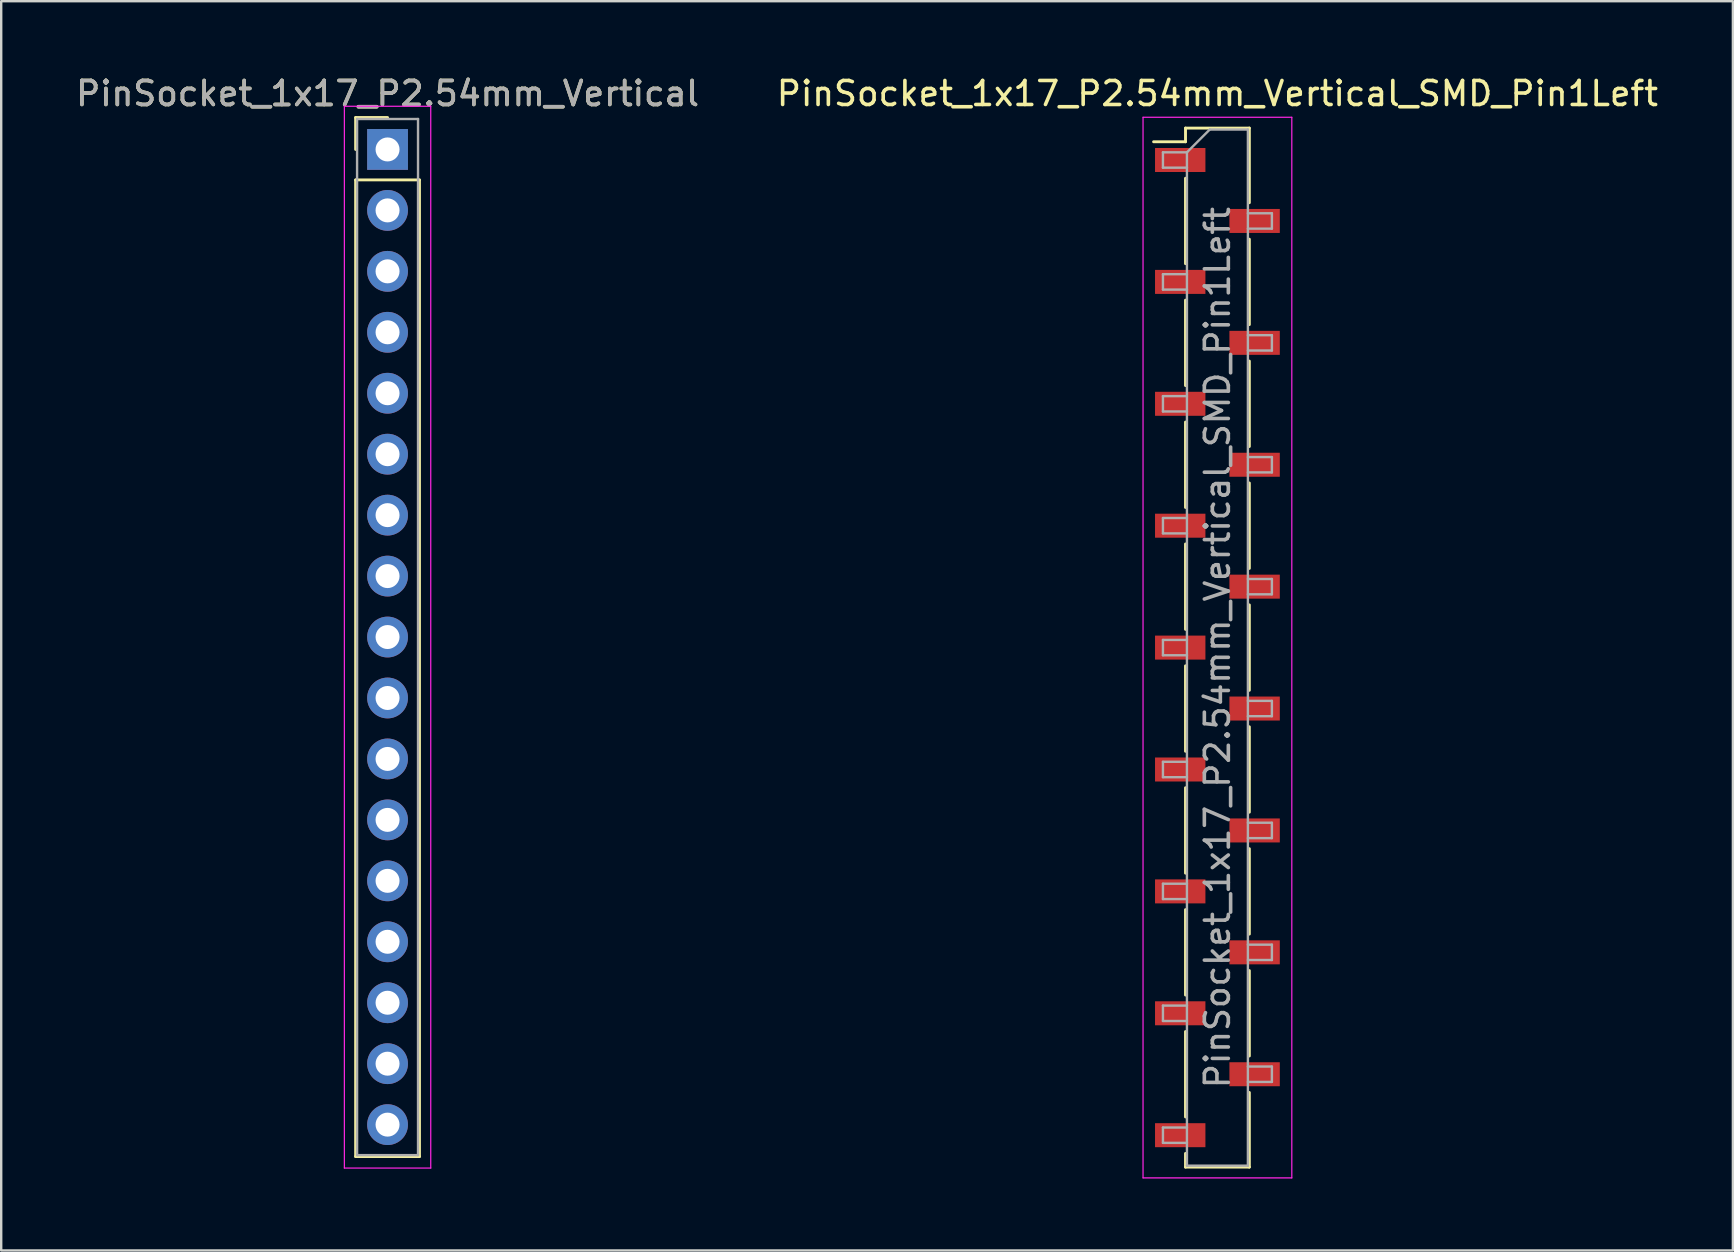
<source format=kicad_pcb>
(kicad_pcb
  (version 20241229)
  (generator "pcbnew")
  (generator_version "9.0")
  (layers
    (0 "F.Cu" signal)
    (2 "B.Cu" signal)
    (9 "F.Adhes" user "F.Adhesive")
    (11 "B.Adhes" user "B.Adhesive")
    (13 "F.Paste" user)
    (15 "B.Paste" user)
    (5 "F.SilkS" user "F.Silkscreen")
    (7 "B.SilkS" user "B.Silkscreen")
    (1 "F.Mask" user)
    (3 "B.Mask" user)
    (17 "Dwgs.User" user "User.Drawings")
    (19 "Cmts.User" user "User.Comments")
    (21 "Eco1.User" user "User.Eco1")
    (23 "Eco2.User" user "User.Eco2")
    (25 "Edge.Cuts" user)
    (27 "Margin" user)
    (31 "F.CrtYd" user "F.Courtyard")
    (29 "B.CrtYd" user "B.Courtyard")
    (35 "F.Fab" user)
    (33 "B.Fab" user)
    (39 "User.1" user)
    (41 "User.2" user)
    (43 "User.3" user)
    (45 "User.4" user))
  (footprint "PinSocket_1x17_P2.54mm_Vertical_SMD_Pin1Left"
    (layer "F.Cu")
    (at 47.685 23.938)
    (property "Reference" "PinSocket_1x17_P2.54mm_Vertical_SMD_Pin1Left" (at 0 -23.09 0) (layer "F.SilkS") (effects (font (size 1 1) (thickness 0.15))))
    (attr smd)
    (fp_line (start -2.66 -21.08) (end -1.33 -21.08) (stroke (width 0.12) (type solid)) (layer "F.SilkS"))
    (fp_line (start -1.33 -21.65) (end 1.33 -21.65) (stroke (width 0.12) (type solid)) (layer "F.SilkS"))
    (fp_line (start -1.33 -21.08) (end -1.33 -21.65) (stroke (width 0.12) (type solid)) (layer "F.SilkS"))
    (fp_line (start -1.33 -19.56) (end -1.33 -16) (stroke (width 0.12) (type solid)) (layer "F.SilkS"))
    (fp_line (start -1.33 -14.48) (end -1.33 -10.92) (stroke (width 0.12) (type solid)) (layer "F.SilkS"))
    (fp_line (start -1.33 -9.4) (end -1.33 -5.84) (stroke (width 0.12) (type solid)) (layer "F.SilkS"))
    (fp_line (start -1.33 -4.32) (end -1.33 -0.76) (stroke (width 0.12) (type solid)) (layer "F.SilkS"))
    (fp_line (start -1.33 0.76) (end -1.33 4.32) (stroke (width 0.12) (type solid)) (layer "F.SilkS"))
    (fp_line (start -1.33 5.84) (end -1.33 9.4) (stroke (width 0.12) (type solid)) (layer "F.SilkS"))
    (fp_line (start -1.33 10.92) (end -1.33 14.48) (stroke (width 0.12) (type solid)) (layer "F.SilkS"))
    (fp_line (start -1.33 16) (end -1.33 19.56) (stroke (width 0.12) (type solid)) (layer "F.SilkS"))
    (fp_line (start -1.33 21.65) (end -1.33 21.08) (stroke (width 0.12) (type solid)) (layer "F.SilkS"))
    (fp_line (start 1.33 -21.65) (end 1.33 -18.54) (stroke (width 0.12) (type solid)) (layer "F.SilkS"))
    (fp_line (start 1.33 -17.02) (end 1.33 -13.46) (stroke (width 0.12) (type solid)) (layer "F.SilkS"))
    (fp_line (start 1.33 -11.94) (end 1.33 -8.38) (stroke (width 0.12) (type solid)) (layer "F.SilkS"))
    (fp_line (start 1.33 -6.86) (end 1.33 -3.3) (stroke (width 0.12) (type solid)) (layer "F.SilkS"))
    (fp_line (start 1.33 -1.78) (end 1.33 1.78) (stroke (width 0.12) (type solid)) (layer "F.SilkS"))
    (fp_line (start 1.33 3.3) (end 1.33 6.86) (stroke (width 0.12) (type solid)) (layer "F.SilkS"))
    (fp_line (start 1.33 8.38) (end 1.33 11.94) (stroke (width 0.12) (type solid)) (layer "F.SilkS"))
    (fp_line (start 1.33 13.46) (end 1.33 17.02) (stroke (width 0.12) (type solid)) (layer "F.SilkS"))
    (fp_line (start 1.33 18.54) (end 1.33 21.65) (stroke (width 0.12) (type solid)) (layer "F.SilkS"))
    (fp_line (start 1.33 21.65) (end -1.33 21.65) (stroke (width 0.12) (type solid)) (layer "F.SilkS"))
    (fp_line (start -3.1 -22.1) (end 3.1 -22.1) (stroke (width 0.05) (type solid)) (layer "F.CrtYd"))
    (fp_line (start -3.1 22.1) (end -3.1 -22.1) (stroke (width 0.05) (type solid)) (layer "F.CrtYd"))
    (fp_line (start 3.1 -22.1) (end 3.1 22.1) (stroke (width 0.05) (type solid)) (layer "F.CrtYd"))
    (fp_line (start 3.1 22.1) (end -3.1 22.1) (stroke (width 0.05) (type solid)) (layer "F.CrtYd"))
    (fp_line (start -2.27 -20.64) (end -1.27 -20.64) (stroke (width 0.1) (type solid)) (layer "F.Fab"))
    (fp_line (start -2.27 -20) (end -2.27 -20.64) (stroke (width 0.1) (type solid)) (layer "F.Fab"))
    (fp_line (start -2.27 -15.56) (end -1.27 -15.56) (stroke (width 0.1) (type solid)) (layer "F.Fab"))
    (fp_line (start -2.27 -14.92) (end -2.27 -15.56) (stroke (width 0.1) (type solid)) (layer "F.Fab"))
    (fp_line (start -2.27 -10.48) (end -1.27 -10.48) (stroke (width 0.1) (type solid)) (layer "F.Fab"))
    (fp_line (start -2.27 -9.84) (end -2.27 -10.48) (stroke (width 0.1) (type solid)) (layer "F.Fab"))
    (fp_line (start -2.27 -5.4) (end -1.27 -5.4) (stroke (width 0.1) (type solid)) (layer "F.Fab"))
    (fp_line (start -2.27 -4.76) (end -2.27 -5.4) (stroke (width 0.1) (type solid)) (layer "F.Fab"))
    (fp_line (start -2.27 -0.32) (end -1.27 -0.32) (stroke (width 0.1) (type solid)) (layer "F.Fab"))
    (fp_line (start -2.27 0.32) (end -2.27 -0.32) (stroke (width 0.1) (type solid)) (layer "F.Fab"))
    (fp_line (start -2.27 4.76) (end -1.27 4.76) (stroke (width 0.1) (type solid)) (layer "F.Fab"))
    (fp_line (start -2.27 5.4) (end -2.27 4.76) (stroke (width 0.1) (type solid)) (layer "F.Fab"))
    (fp_line (start -2.27 9.84) (end -1.27 9.84) (stroke (width 0.1) (type solid)) (layer "F.Fab"))
    (fp_line (start -2.27 10.48) (end -2.27 9.84) (stroke (width 0.1) (type solid)) (layer "F.Fab"))
    (fp_line (start -2.27 14.92) (end -1.27 14.92) (stroke (width 0.1) (type solid)) (layer "F.Fab"))
    (fp_line (start -2.27 15.56) (end -2.27 14.92) (stroke (width 0.1) (type solid)) (layer "F.Fab"))
    (fp_line (start -2.27 20) (end -1.27 20) (stroke (width 0.1) (type solid)) (layer "F.Fab"))
    (fp_line (start -2.27 20.64) (end -2.27 20) (stroke (width 0.1) (type solid)) (layer "F.Fab"))
    (fp_line (start -1.27 -20.64) (end -0.32 -21.59) (stroke (width 0.1) (type solid)) (layer "F.Fab"))
    (fp_line (start -1.27 -20) (end -2.27 -20) (stroke (width 0.1) (type solid)) (layer "F.Fab"))
    (fp_line (start -1.27 -14.92) (end -2.27 -14.92) (stroke (width 0.1) (type solid)) (layer "F.Fab"))
    (fp_line (start -1.27 -9.84) (end -2.27 -9.84) (stroke (width 0.1) (type solid)) (layer "F.Fab"))
    (fp_line (start -1.27 -4.76) (end -2.27 -4.76) (stroke (width 0.1) (type solid)) (layer "F.Fab"))
    (fp_line (start -1.27 0.32) (end -2.27 0.32) (stroke (width 0.1) (type solid)) (layer "F.Fab"))
    (fp_line (start -1.27 5.4) (end -2.27 5.4) (stroke (width 0.1) (type solid)) (layer "F.Fab"))
    (fp_line (start -1.27 10.48) (end -2.27 10.48) (stroke (width 0.1) (type solid)) (layer "F.Fab"))
    (fp_line (start -1.27 15.56) (end -2.27 15.56) (stroke (width 0.1) (type solid)) (layer "F.Fab"))
    (fp_line (start -1.27 20.64) (end -2.27 20.64) (stroke (width 0.1) (type solid)) (layer "F.Fab"))
    (fp_line (start -1.27 21.59) (end -1.27 -20.64) (stroke (width 0.1) (type solid)) (layer "F.Fab"))
    (fp_line (start -0.32 -21.59) (end 1.27 -21.59) (stroke (width 0.1) (type solid)) (layer "F.Fab"))
    (fp_line (start 1.27 -21.59) (end 1.27 21.59) (stroke (width 0.1) (type solid)) (layer "F.Fab"))
    (fp_line (start 1.27 -18.1) (end 2.27 -18.1) (stroke (width 0.1) (type solid)) (layer "F.Fab"))
    (fp_line (start 1.27 -13.02) (end 2.27 -13.02) (stroke (width 0.1) (type solid)) (layer "F.Fab"))
    (fp_line (start 1.27 -7.94) (end 2.27 -7.94) (stroke (width 0.1) (type solid)) (layer "F.Fab"))
    (fp_line (start 1.27 -2.86) (end 2.27 -2.86) (stroke (width 0.1) (type solid)) (layer "F.Fab"))
    (fp_line (start 1.27 2.22) (end 2.27 2.22) (stroke (width 0.1) (type solid)) (layer "F.Fab"))
    (fp_line (start 1.27 7.3) (end 2.27 7.3) (stroke (width 0.1) (type solid)) (layer "F.Fab"))
    (fp_line (start 1.27 12.38) (end 2.27 12.38) (stroke (width 0.1) (type solid)) (layer "F.Fab"))
    (fp_line (start 1.27 17.46) (end 2.27 17.46) (stroke (width 0.1) (type solid)) (layer "F.Fab"))
    (fp_line (start 1.27 21.59) (end -1.27 21.59) (stroke (width 0.1) (type solid)) (layer "F.Fab"))
    (fp_line (start 2.27 -18.1) (end 2.27 -17.46) (stroke (width 0.1) (type solid)) (layer "F.Fab"))
    (fp_line (start 2.27 -17.46) (end 1.27 -17.46) (stroke (width 0.1) (type solid)) (layer "F.Fab"))
    (fp_line (start 2.27 -13.02) (end 2.27 -12.38) (stroke (width 0.1) (type solid)) (layer "F.Fab"))
    (fp_line (start 2.27 -12.38) (end 1.27 -12.38) (stroke (width 0.1) (type solid)) (layer "F.Fab"))
    (fp_line (start 2.27 -7.94) (end 2.27 -7.3) (stroke (width 0.1) (type solid)) (layer "F.Fab"))
    (fp_line (start 2.27 -7.3) (end 1.27 -7.3) (stroke (width 0.1) (type solid)) (layer "F.Fab"))
    (fp_line (start 2.27 -2.86) (end 2.27 -2.22) (stroke (width 0.1) (type solid)) (layer "F.Fab"))
    (fp_line (start 2.27 -2.22) (end 1.27 -2.22) (stroke (width 0.1) (type solid)) (layer "F.Fab"))
    (fp_line (start 2.27 2.22) (end 2.27 2.86) (stroke (width 0.1) (type solid)) (layer "F.Fab"))
    (fp_line (start 2.27 2.86) (end 1.27 2.86) (stroke (width 0.1) (type solid)) (layer "F.Fab"))
    (fp_line (start 2.27 7.3) (end 2.27 7.94) (stroke (width 0.1) (type solid)) (layer "F.Fab"))
    (fp_line (start 2.27 7.94) (end 1.27 7.94) (stroke (width 0.1) (type solid)) (layer "F.Fab"))
    (fp_line (start 2.27 12.38) (end 2.27 13.02) (stroke (width 0.1) (type solid)) (layer "F.Fab"))
    (fp_line (start 2.27 13.02) (end 1.27 13.02) (stroke (width 0.1) (type solid)) (layer "F.Fab"))
    (fp_line (start 2.27 17.46) (end 2.27 18.1) (stroke (width 0.1) (type solid)) (layer "F.Fab"))
    (fp_line (start 2.27 18.1) (end 1.27 18.1) (stroke (width 0.1) (type solid)) (layer "F.Fab"))
    (fp_text user "${REFERENCE}" (at 0 0 90) (layer "F.Fab") (effects (font (size 1 1) (thickness 0.15))))
    (pad "1" smd rect (at -1.55 -20.32) (size 2.1 1) (layers "F.Cu" "F.Mask" "F.Paste"))
    (pad "2" smd rect (at 1.55 -17.78) (size 2.1 1) (layers "F.Cu" "F.Mask" "F.Paste"))
    (pad "3" smd rect (at -1.55 -15.24) (size 2.1 1) (layers "F.Cu" "F.Mask" "F.Paste"))
    (pad "4" smd rect (at 1.55 -12.7) (size 2.1 1) (layers "F.Cu" "F.Mask" "F.Paste"))
    (pad "5" smd rect (at -1.55 -10.16) (size 2.1 1) (layers "F.Cu" "F.Mask" "F.Paste"))
    (pad "6" smd rect (at 1.55 -7.62) (size 2.1 1) (layers "F.Cu" "F.Mask" "F.Paste"))
    (pad "7" smd rect (at -1.55 -5.08) (size 2.1 1) (layers "F.Cu" "F.Mask" "F.Paste"))
    (pad "8" smd rect (at 1.55 -2.54) (size 2.1 1) (layers "F.Cu" "F.Mask" "F.Paste"))
    (pad "9" smd rect (at -1.55 0) (size 2.1 1) (layers "F.Cu" "F.Mask" "F.Paste"))
    (pad "10" smd rect (at 1.55 2.54) (size 2.1 1) (layers "F.Cu" "F.Mask" "F.Paste"))
    (pad "11" smd rect (at -1.55 5.08) (size 2.1 1) (layers "F.Cu" "F.Mask" "F.Paste"))
    (pad "12" smd rect (at 1.55 7.62) (size 2.1 1) (layers "F.Cu" "F.Mask" "F.Paste"))
    (pad "13" smd rect (at -1.55 10.16) (size 2.1 1) (layers "F.Cu" "F.Mask" "F.Paste"))
    (pad "14" smd rect (at 1.55 12.7) (size 2.1 1) (layers "F.Cu" "F.Mask" "F.Paste"))
    (pad "15" smd rect (at -1.55 15.24) (size 2.1 1) (layers "F.Cu" "F.Mask" "F.Paste"))
    (pad "16" smd rect (at 1.55 17.78) (size 2.1 1) (layers "F.Cu" "F.Mask" "F.Paste"))
    (pad "17" smd rect (at -1.55 20.32) (size 2.1 1) (layers "F.Cu" "F.Mask" "F.Paste")))
  (footprint "PinSocket_1x17_P2.54mm_Vertical"
    (layer "F.Cu")
    (at 13.101 3.178)
    (property "Reference" "PinSocket_1x17_P2.54mm_Vertical" (at 0 -2.33 0) (layer "F.SilkS") (effects (font (size 1 1) (thickness 0.15))))
    (attr through_hole)
    (fp_line (start -1.33 -1.33) (end 0 -1.33) (stroke (width 0.12) (type solid)) (layer "F.SilkS"))
    (fp_line (start -1.33 0) (end -1.33 -1.33) (stroke (width 0.12) (type solid)) (layer "F.SilkS"))
    (fp_line (start -1.33 1.27) (end -1.33 41.97) (stroke (width 0.12) (type solid)) (layer "F.SilkS"))
    (fp_line (start -1.33 41.97) (end 1.33 41.97) (stroke (width 0.12) (type solid)) (layer "F.SilkS"))
    (fp_line (start 1.33 1.27) (end -1.33 1.27) (stroke (width 0.12) (type solid)) (layer "F.SilkS"))
    (fp_line (start 1.33 41.97) (end 1.33 1.27) (stroke (width 0.12) (type solid)) (layer "F.SilkS"))
    (fp_line (start -1.8 -1.8) (end -1.8 42.45) (stroke (width 0.05) (type solid)) (layer "F.CrtYd"))
    (fp_line (start -1.8 42.45) (end 1.8 42.45) (stroke (width 0.05) (type solid)) (layer "F.CrtYd"))
    (fp_line (start 1.8 -1.8) (end -1.8 -1.8) (stroke (width 0.05) (type solid)) (layer "F.CrtYd"))
    (fp_line (start 1.8 42.45) (end 1.8 -1.8) (stroke (width 0.05) (type solid)) (layer "F.CrtYd"))
    (fp_line (start -1.27 -1.27) (end -1.27 41.91) (stroke (width 0.1) (type solid)) (layer "F.Fab"))
    (fp_line (start -1.27 41.91) (end 1.27 41.91) (stroke (width 0.1) (type solid)) (layer "F.Fab"))
    (fp_line (start 1.27 -1.27) (end -1.27 -1.27) (stroke (width 0.1) (type solid)) (layer "F.Fab"))
    (fp_line (start 1.27 41.91) (end 1.27 -1.27) (stroke (width 0.1) (type solid)) (layer "F.Fab"))
    (fp_text user "${REFERENCE}" (at 0 -2.33 0) (layer "F.Fab") (effects (font (size 1 1) (thickness 0.15))))
    (pad "1" thru_hole rect (at 0 0) (size 1.7 1.7) (drill 1) (layers "*.Cu" "*.Mask"))
    (pad "2" thru_hole oval (at 0 2.54) (size 1.7 1.7) (drill 1) (layers "*.Cu" "*.Mask"))
    (pad "3" thru_hole oval (at 0 5.08) (size 1.7 1.7) (drill 1) (layers "*.Cu" "*.Mask"))
    (pad "4" thru_hole oval (at 0 7.62) (size 1.7 1.7) (drill 1) (layers "*.Cu" "*.Mask"))
    (pad "5" thru_hole oval (at 0 10.16) (size 1.7 1.7) (drill 1) (layers "*.Cu" "*.Mask"))
    (pad "6" thru_hole oval (at 0 12.7) (size 1.7 1.7) (drill 1) (layers "*.Cu" "*.Mask"))
    (pad "7" thru_hole oval (at 0 15.24) (size 1.7 1.7) (drill 1) (layers "*.Cu" "*.Mask"))
    (pad "8" thru_hole oval (at 0 17.78) (size 1.7 1.7) (drill 1) (layers "*.Cu" "*.Mask"))
    (pad "9" thru_hole oval (at 0 20.32) (size 1.7 1.7) (drill 1) (layers "*.Cu" "*.Mask"))
    (pad "10" thru_hole oval (at 0 22.86) (size 1.7 1.7) (drill 1) (layers "*.Cu" "*.Mask"))
    (pad "11" thru_hole oval (at 0 25.4) (size 1.7 1.7) (drill 1) (layers "*.Cu" "*.Mask"))
    (pad "12" thru_hole oval (at 0 27.94) (size 1.7 1.7) (drill 1) (layers "*.Cu" "*.Mask"))
    (pad "13" thru_hole oval (at 0 30.48) (size 1.7 1.7) (drill 1) (layers "*.Cu" "*.Mask"))
    (pad "14" thru_hole oval (at 0 33.02) (size 1.7 1.7) (drill 1) (layers "*.Cu" "*.Mask"))
    (pad "15" thru_hole oval (at 0 35.56) (size 1.7 1.7) (drill 1) (layers "*.Cu" "*.Mask"))
    (pad "16" thru_hole oval (at 0 38.1) (size 1.7 1.7) (drill 1) (layers "*.Cu" "*.Mask"))
    (pad "17" thru_hole oval (at 0 40.64) (size 1.7 1.7) (drill 1) (layers "*.Cu" "*.Mask")))
  (gr_rect
    (start -3 -3)
    (end 69.167 49.063)
    (stroke (width 0.1) (type default))
    (fill no)
    (layer "Edge.Cuts")))
</source>
